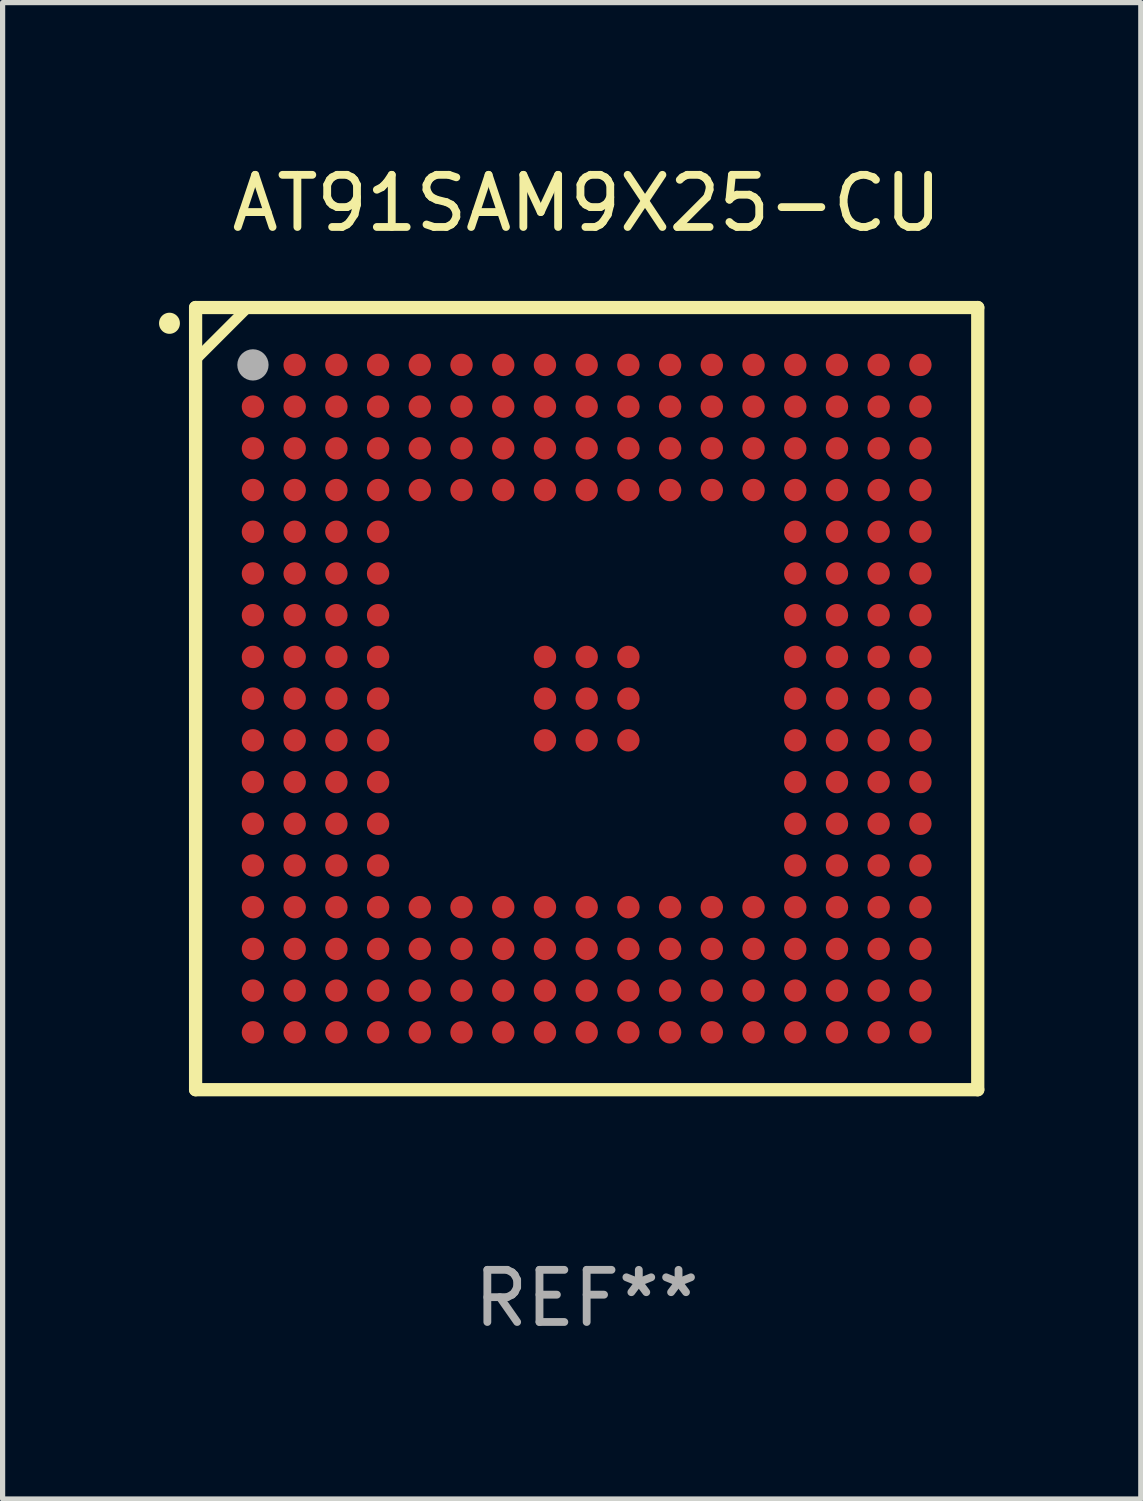
<source format=kicad_pcb>
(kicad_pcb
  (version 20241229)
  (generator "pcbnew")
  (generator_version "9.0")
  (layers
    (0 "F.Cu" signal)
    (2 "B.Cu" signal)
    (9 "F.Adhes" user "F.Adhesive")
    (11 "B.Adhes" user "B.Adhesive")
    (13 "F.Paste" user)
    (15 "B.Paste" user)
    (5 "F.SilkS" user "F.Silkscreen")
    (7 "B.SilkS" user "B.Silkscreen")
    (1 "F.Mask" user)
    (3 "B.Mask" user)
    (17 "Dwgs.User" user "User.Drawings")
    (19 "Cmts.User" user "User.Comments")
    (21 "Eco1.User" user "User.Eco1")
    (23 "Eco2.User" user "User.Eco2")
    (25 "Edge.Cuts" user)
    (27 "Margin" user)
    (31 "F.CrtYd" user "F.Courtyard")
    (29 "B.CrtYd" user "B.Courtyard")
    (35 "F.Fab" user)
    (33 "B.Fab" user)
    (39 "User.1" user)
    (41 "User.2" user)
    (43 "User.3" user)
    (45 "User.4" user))
  (footprint "AT91SAM9X25-CU"
    (layer "F.Cu")
    (at 8.201 10.348)
    (property "Reference" "AT91SAM9X25-CU" (at 0 -9.5 0) (layer "F.SilkS") (effects (font (size 1 1) (thickness 0.15))))
    (attr through_hole)
    (fp_line (start -7.5 -7.5) (end 7.5 -7.5) (stroke (width 0.254) (type solid)) (layer "F.SilkS"))
    (fp_line (start -7.5 -6.5) (end -6.5 -7.5) (stroke (width 0.2) (type solid)) (layer "F.SilkS"))
    (fp_line (start -7.5 7.5) (end -7.5 -7.5) (stroke (width 0.254) (type solid)) (layer "F.SilkS"))
    (fp_line (start 7.5 -7.5) (end 7.5 7.5) (stroke (width 0.254) (type solid)) (layer "F.SilkS"))
    (fp_line (start 7.5 7.5) (end -7.5 7.5) (stroke (width 0.254) (type solid)) (layer "F.SilkS"))
    (fp_arc (start -8.001016 -7.195847) (mid -8.001032 -7.198387) (end -8.001016 -7.200927) (stroke (width 0.4) (type solid)) (layer "F.SilkS"))
    (fp_circle (center -7.5 -7.5) (end -7.47 -7.5) (stroke (width 0.06) (type solid)) (fill no) (layer "F.SilkS"))
    (fp_circle (center -6.4 -6.4) (end -6.25 -6.4) (stroke (width 0.3) (type solid)) (fill no) (layer "F.Fab"))
    (fp_text user "REF**" (at 0 11.5 0) (layer "F.Fab") (effects (font (size 1 1) (thickness 0.15))))
    (pad "A1" smd circle (at -6.4 -6.4) (size 0.43 0.43) (layers "F.Cu" "F.Mask" "F.Paste"))
    (pad "A2" smd circle (at -5.6 -6.4) (size 0.43 0.43) (layers "F.Cu" "F.Mask" "F.Paste"))
    (pad "A3" smd circle (at -4.8 -6.4) (size 0.43 0.43) (layers "F.Cu" "F.Mask" "F.Paste"))
    (pad "A4" smd circle (at -4 -6.4) (size 0.43 0.43) (layers "F.Cu" "F.Mask" "F.Paste"))
    (pad "A5" smd circle (at -3.2 -6.4) (size 0.43 0.43) (layers "F.Cu" "F.Mask" "F.Paste"))
    (pad "A6" smd circle (at -2.4 -6.4) (size 0.43 0.43) (layers "F.Cu" "F.Mask" "F.Paste"))
    (pad "A7" smd circle (at -1.6 -6.4) (size 0.43 0.43) (layers "F.Cu" "F.Mask" "F.Paste"))
    (pad "A8" smd circle (at -0.8 -6.4) (size 0.43 0.43) (layers "F.Cu" "F.Mask" "F.Paste"))
    (pad "A9" smd circle (at 0 -6.4) (size 0.43 0.43) (layers "F.Cu" "F.Mask" "F.Paste"))
    (pad "A10" smd circle (at 0.8 -6.4) (size 0.43 0.43) (layers "F.Cu" "F.Mask" "F.Paste"))
    (pad "A11" smd circle (at 1.6 -6.4) (size 0.43 0.43) (layers "F.Cu" "F.Mask" "F.Paste"))
    (pad "A12" smd circle (at 2.4 -6.4) (size 0.43 0.43) (layers "F.Cu" "F.Mask" "F.Paste"))
    (pad "A13" smd circle (at 3.2 -6.4) (size 0.43 0.43) (layers "F.Cu" "F.Mask" "F.Paste"))
    (pad "A14" smd circle (at 4 -6.4) (size 0.43 0.43) (layers "F.Cu" "F.Mask" "F.Paste"))
    (pad "A15" smd circle (at 4.8 -6.4) (size 0.43 0.43) (layers "F.Cu" "F.Mask" "F.Paste"))
    (pad "A16" smd circle (at 5.6 -6.4) (size 0.43 0.43) (layers "F.Cu" "F.Mask" "F.Paste"))
    (pad "A17" smd circle (at 6.4 -6.4) (size 0.43 0.43) (layers "F.Cu" "F.Mask" "F.Paste"))
    (pad "B1" smd circle (at -6.4 -5.6) (size 0.43 0.43) (layers "F.Cu" "F.Mask" "F.Paste"))
    (pad "B2" smd circle (at -5.6 -5.6) (size 0.43 0.43) (layers "F.Cu" "F.Mask" "F.Paste"))
    (pad "B3" smd circle (at -4.8 -5.6) (size 0.43 0.43) (layers "F.Cu" "F.Mask" "F.Paste"))
    (pad "B4" smd circle (at -4 -5.6) (size 0.43 0.43) (layers "F.Cu" "F.Mask" "F.Paste"))
    (pad "B5" smd circle (at -3.2 -5.6) (size 0.43 0.43) (layers "F.Cu" "F.Mask" "F.Paste"))
    (pad "B6" smd circle (at -2.4 -5.6) (size 0.43 0.43) (layers "F.Cu" "F.Mask" "F.Paste"))
    (pad "B7" smd circle (at -1.6 -5.6) (size 0.43 0.43) (layers "F.Cu" "F.Mask" "F.Paste"))
    (pad "B8" smd circle (at -0.8 -5.6) (size 0.43 0.43) (layers "F.Cu" "F.Mask" "F.Paste"))
    (pad "B9" smd circle (at 0 -5.6) (size 0.43 0.43) (layers "F.Cu" "F.Mask" "F.Paste"))
    (pad "B10" smd circle (at 0.8 -5.6) (size 0.43 0.43) (layers "F.Cu" "F.Mask" "F.Paste"))
    (pad "B11" smd circle (at 1.6 -5.6) (size 0.43 0.43) (layers "F.Cu" "F.Mask" "F.Paste"))
    (pad "B12" smd circle (at 2.4 -5.6) (size 0.43 0.43) (layers "F.Cu" "F.Mask" "F.Paste"))
    (pad "B13" smd circle (at 3.2 -5.6) (size 0.43 0.43) (layers "F.Cu" "F.Mask" "F.Paste"))
    (pad "B14" smd circle (at 4 -5.6) (size 0.43 0.43) (layers "F.Cu" "F.Mask" "F.Paste"))
    (pad "B15" smd circle (at 4.8 -5.6) (size 0.43 0.43) (layers "F.Cu" "F.Mask" "F.Paste"))
    (pad "B16" smd circle (at 5.6 -5.6) (size 0.43 0.43) (layers "F.Cu" "F.Mask" "F.Paste"))
    (pad "B17" smd circle (at 6.4 -5.6) (size 0.43 0.43) (layers "F.Cu" "F.Mask" "F.Paste"))
    (pad "C1" smd circle (at -6.4 -4.8) (size 0.43 0.43) (layers "F.Cu" "F.Mask" "F.Paste"))
    (pad "C2" smd circle (at -5.6 -4.8) (size 0.43 0.43) (layers "F.Cu" "F.Mask" "F.Paste"))
    (pad "C3" smd circle (at -4.8 -4.8) (size 0.43 0.43) (layers "F.Cu" "F.Mask" "F.Paste"))
    (pad "C4" smd circle (at -4 -4.8) (size 0.43 0.43) (layers "F.Cu" "F.Mask" "F.Paste"))
    (pad "C5" smd circle (at -3.2 -4.8) (size 0.43 0.43) (layers "F.Cu" "F.Mask" "F.Paste"))
    (pad "C6" smd circle (at -2.4 -4.8) (size 0.43 0.43) (layers "F.Cu" "F.Mask" "F.Paste"))
    (pad "C7" smd circle (at -1.6 -4.8) (size 0.43 0.43) (layers "F.Cu" "F.Mask" "F.Paste"))
    (pad "C8" smd circle (at -0.8 -4.8) (size 0.43 0.43) (layers "F.Cu" "F.Mask" "F.Paste"))
    (pad "C9" smd circle (at 0 -4.8) (size 0.43 0.43) (layers "F.Cu" "F.Mask" "F.Paste"))
    (pad "C10" smd circle (at 0.8 -4.8) (size 0.43 0.43) (layers "F.Cu" "F.Mask" "F.Paste"))
    (pad "C11" smd circle (at 1.6 -4.8) (size 0.43 0.43) (layers "F.Cu" "F.Mask" "F.Paste"))
    (pad "C12" smd circle (at 2.4 -4.8) (size 0.43 0.43) (layers "F.Cu" "F.Mask" "F.Paste"))
    (pad "C13" smd circle (at 3.2 -4.8) (size 0.43 0.43) (layers "F.Cu" "F.Mask" "F.Paste"))
    (pad "C14" smd circle (at 4 -4.8) (size 0.43 0.43) (layers "F.Cu" "F.Mask" "F.Paste"))
    (pad "C15" smd circle (at 4.8 -4.8) (size 0.43 0.43) (layers "F.Cu" "F.Mask" "F.Paste"))
    (pad "C16" smd circle (at 5.6 -4.8) (size 0.43 0.43) (layers "F.Cu" "F.Mask" "F.Paste"))
    (pad "C17" smd circle (at 6.4 -4.8) (size 0.43 0.43) (layers "F.Cu" "F.Mask" "F.Paste"))
    (pad "D1" smd circle (at -6.4 -4) (size 0.43 0.43) (layers "F.Cu" "F.Mask" "F.Paste"))
    (pad "D2" smd circle (at -5.6 -4) (size 0.43 0.43) (layers "F.Cu" "F.Mask" "F.Paste"))
    (pad "D3" smd circle (at -4.8 -4) (size 0.43 0.43) (layers "F.Cu" "F.Mask" "F.Paste"))
    (pad "D4" smd circle (at -4 -4) (size 0.43 0.43) (layers "F.Cu" "F.Mask" "F.Paste"))
    (pad "D5" smd circle (at -3.2 -4) (size 0.43 0.43) (layers "F.Cu" "F.Mask" "F.Paste"))
    (pad "D6" smd circle (at -2.4 -4) (size 0.43 0.43) (layers "F.Cu" "F.Mask" "F.Paste"))
    (pad "D7" smd circle (at -1.6 -4) (size 0.43 0.43) (layers "F.Cu" "F.Mask" "F.Paste"))
    (pad "D8" smd circle (at -0.8 -4) (size 0.43 0.43) (layers "F.Cu" "F.Mask" "F.Paste"))
    (pad "D9" smd circle (at 0 -4) (size 0.43 0.43) (layers "F.Cu" "F.Mask" "F.Paste"))
    (pad "D10" smd circle (at 0.8 -4) (size 0.43 0.43) (layers "F.Cu" "F.Mask" "F.Paste"))
    (pad "D11" smd circle (at 1.6 -4) (size 0.43 0.43) (layers "F.Cu" "F.Mask" "F.Paste"))
    (pad "D12" smd circle (at 2.4 -4) (size 0.43 0.43) (layers "F.Cu" "F.Mask" "F.Paste"))
    (pad "D13" smd circle (at 3.2 -4) (size 0.43 0.43) (layers "F.Cu" "F.Mask" "F.Paste"))
    (pad "D14" smd circle (at 4 -4) (size 0.43 0.43) (layers "F.Cu" "F.Mask" "F.Paste"))
    (pad "D15" smd circle (at 4.8 -4) (size 0.43 0.43) (layers "F.Cu" "F.Mask" "F.Paste"))
    (pad "D16" smd circle (at 5.6 -4) (size 0.43 0.43) (layers "F.Cu" "F.Mask" "F.Paste"))
    (pad "D17" smd circle (at 6.4 -4) (size 0.43 0.43) (layers "F.Cu" "F.Mask" "F.Paste"))
    (pad "E1" smd circle (at -6.4 -3.2) (size 0.43 0.43) (layers "F.Cu" "F.Mask" "F.Paste"))
    (pad "E2" smd circle (at -5.6 -3.2) (size 0.43 0.43) (layers "F.Cu" "F.Mask" "F.Paste"))
    (pad "E3" smd circle (at -4.8 -3.2) (size 0.43 0.43) (layers "F.Cu" "F.Mask" "F.Paste"))
    (pad "E4" smd circle (at -4 -3.2) (size 0.43 0.43) (layers "F.Cu" "F.Mask" "F.Paste"))
    (pad "E14" smd circle (at 4 -3.2) (size 0.43 0.43) (layers "F.Cu" "F.Mask" "F.Paste"))
    (pad "E15" smd circle (at 4.8 -3.2) (size 0.43 0.43) (layers "F.Cu" "F.Mask" "F.Paste"))
    (pad "E16" smd circle (at 5.6 -3.2) (size 0.43 0.43) (layers "F.Cu" "F.Mask" "F.Paste"))
    (pad "E17" smd circle (at 6.4 -3.2) (size 0.43 0.43) (layers "F.Cu" "F.Mask" "F.Paste"))
    (pad "F1" smd circle (at -6.4 -2.4) (size 0.43 0.43) (layers "F.Cu" "F.Mask" "F.Paste"))
    (pad "F2" smd circle (at -5.6 -2.4) (size 0.43 0.43) (layers "F.Cu" "F.Mask" "F.Paste"))
    (pad "F3" smd circle (at -4.8 -2.4) (size 0.43 0.43) (layers "F.Cu" "F.Mask" "F.Paste"))
    (pad "F4" smd circle (at -4 -2.4) (size 0.43 0.43) (layers "F.Cu" "F.Mask" "F.Paste"))
    (pad "F14" smd circle (at 4 -2.4) (size 0.43 0.43) (layers "F.Cu" "F.Mask" "F.Paste"))
    (pad "F15" smd circle (at 4.8 -2.4) (size 0.43 0.43) (layers "F.Cu" "F.Mask" "F.Paste"))
    (pad "F16" smd circle (at 5.6 -2.4) (size 0.43 0.43) (layers "F.Cu" "F.Mask" "F.Paste"))
    (pad "F17" smd circle (at 6.4 -2.4) (size 0.43 0.43) (layers "F.Cu" "F.Mask" "F.Paste"))
    (pad "G1" smd circle (at -6.4 -1.6) (size 0.43 0.43) (layers "F.Cu" "F.Mask" "F.Paste"))
    (pad "G2" smd circle (at -5.6 -1.6) (size 0.43 0.43) (layers "F.Cu" "F.Mask" "F.Paste"))
    (pad "G3" smd circle (at -4.8 -1.6) (size 0.43 0.43) (layers "F.Cu" "F.Mask" "F.Paste"))
    (pad "G4" smd circle (at -4 -1.6) (size 0.43 0.43) (layers "F.Cu" "F.Mask" "F.Paste"))
    (pad "G14" smd circle (at 4 -1.6) (size 0.43 0.43) (layers "F.Cu" "F.Mask" "F.Paste"))
    (pad "G15" smd circle (at 4.8 -1.6) (size 0.43 0.43) (layers "F.Cu" "F.Mask" "F.Paste"))
    (pad "G16" smd circle (at 5.6 -1.6) (size 0.43 0.43) (layers "F.Cu" "F.Mask" "F.Paste"))
    (pad "G17" smd circle (at 6.4 -1.6) (size 0.43 0.43) (layers "F.Cu" "F.Mask" "F.Paste"))
    (pad "H1" smd circle (at -6.4 -0.8) (size 0.43 0.43) (layers "F.Cu" "F.Mask" "F.Paste"))
    (pad "H2" smd circle (at -5.6 -0.8) (size 0.43 0.43) (layers "F.Cu" "F.Mask" "F.Paste"))
    (pad "H3" smd circle (at -4.8 -0.8) (size 0.43 0.43) (layers "F.Cu" "F.Mask" "F.Paste"))
    (pad "H4" smd circle (at -4 -0.8) (size 0.43 0.43) (layers "F.Cu" "F.Mask" "F.Paste"))
    (pad "H8" smd circle (at -0.8 -0.8) (size 0.43 0.43) (layers "F.Cu" "F.Mask" "F.Paste"))
    (pad "H9" smd circle (at 0 -0.8) (size 0.43 0.43) (layers "F.Cu" "F.Mask" "F.Paste"))
    (pad "H10" smd circle (at 0.8 -0.8) (size 0.43 0.43) (layers "F.Cu" "F.Mask" "F.Paste"))
    (pad "H14" smd circle (at 4 -0.8) (size 0.43 0.43) (layers "F.Cu" "F.Mask" "F.Paste"))
    (pad "H15" smd circle (at 4.8 -0.8) (size 0.43 0.43) (layers "F.Cu" "F.Mask" "F.Paste"))
    (pad "H16" smd circle (at 5.6 -0.8) (size 0.43 0.43) (layers "F.Cu" "F.Mask" "F.Paste"))
    (pad "H17" smd circle (at 6.4 -0.8) (size 0.43 0.43) (layers "F.Cu" "F.Mask" "F.Paste"))
    (pad "J1" smd circle (at -6.4 -0.000013) (size 0.43 0.43) (layers "F.Cu" "F.Mask" "F.Paste"))
    (pad "J2" smd circle (at -5.6 -0.000013) (size 0.43 0.43) (layers "F.Cu" "F.Mask" "F.Paste"))
    (pad "J3" smd circle (at -4.8 -0.000013) (size 0.43 0.43) (layers "F.Cu" "F.Mask" "F.Paste"))
    (pad "J4" smd circle (at -4 -0.000013) (size 0.43 0.43) (layers "F.Cu" "F.Mask" "F.Paste"))
    (pad "J8" smd circle (at -0.8 -0.000013) (size 0.43 0.43) (layers "F.Cu" "F.Mask" "F.Paste"))
    (pad "J9" smd circle (at 0 -0.000013) (size 0.43 0.43) (layers "F.Cu" "F.Mask" "F.Paste"))
    (pad "J10" smd circle (at 0.8 -0.000013) (size 0.43 0.43) (layers "F.Cu" "F.Mask" "F.Paste"))
    (pad "J14" smd circle (at 4 -0.000013) (size 0.43 0.43) (layers "F.Cu" "F.Mask" "F.Paste"))
    (pad "J15" smd circle (at 4.8 -0.000013) (size 0.43 0.43) (layers "F.Cu" "F.Mask" "F.Paste"))
    (pad "J16" smd circle (at 5.6 -0.000013) (size 0.43 0.43) (layers "F.Cu" "F.Mask" "F.Paste"))
    (pad "J17" smd circle (at 6.4 -0.000013) (size 0.43 0.43) (layers "F.Cu" "F.Mask" "F.Paste"))
    (pad "K1" smd circle (at -6.4 0.8) (size 0.43 0.43) (layers "F.Cu" "F.Mask" "F.Paste"))
    (pad "K2" smd circle (at -5.6 0.8) (size 0.43 0.43) (layers "F.Cu" "F.Mask" "F.Paste"))
    (pad "K3" smd circle (at -4.8 0.8) (size 0.43 0.43) (layers "F.Cu" "F.Mask" "F.Paste"))
    (pad "K4" smd circle (at -4 0.8) (size 0.43 0.43) (layers "F.Cu" "F.Mask" "F.Paste"))
    (pad "K8" smd circle (at -0.8 0.8) (size 0.43 0.43) (layers "F.Cu" "F.Mask" "F.Paste"))
    (pad "K9" smd circle (at 0 0.8) (size 0.43 0.43) (layers "F.Cu" "F.Mask" "F.Paste"))
    (pad "K10" smd circle (at 0.8 0.8) (size 0.43 0.43) (layers "F.Cu" "F.Mask" "F.Paste"))
    (pad "K14" smd circle (at 4 0.8) (size 0.43 0.43) (layers "F.Cu" "F.Mask" "F.Paste"))
    (pad "K15" smd circle (at 4.8 0.8) (size 0.43 0.43) (layers "F.Cu" "F.Mask" "F.Paste"))
    (pad "K16" smd circle (at 5.6 0.8) (size 0.43 0.43) (layers "F.Cu" "F.Mask" "F.Paste"))
    (pad "K17" smd circle (at 6.4 0.8) (size 0.43 0.43) (layers "F.Cu" "F.Mask" "F.Paste"))
    (pad "L1" smd circle (at -6.4 1.6) (size 0.43 0.43) (layers "F.Cu" "F.Mask" "F.Paste"))
    (pad "L2" smd circle (at -5.6 1.6) (size 0.43 0.43) (layers "F.Cu" "F.Mask" "F.Paste"))
    (pad "L3" smd circle (at -4.8 1.6) (size 0.43 0.43) (layers "F.Cu" "F.Mask" "F.Paste"))
    (pad "L4" smd circle (at -4 1.6) (size 0.43 0.43) (layers "F.Cu" "F.Mask" "F.Paste"))
    (pad "L14" smd circle (at 4 1.6) (size 0.43 0.43) (layers "F.Cu" "F.Mask" "F.Paste"))
    (pad "L15" smd circle (at 4.8 1.6) (size 0.43 0.43) (layers "F.Cu" "F.Mask" "F.Paste"))
    (pad "L16" smd circle (at 5.6 1.6) (size 0.43 0.43) (layers "F.Cu" "F.Mask" "F.Paste"))
    (pad "L17" smd circle (at 6.4 1.6) (size 0.43 0.43) (layers "F.Cu" "F.Mask" "F.Paste"))
    (pad "M1" smd circle (at -6.4 2.4) (size 0.43 0.43) (layers "F.Cu" "F.Mask" "F.Paste"))
    (pad "M2" smd circle (at -5.6 2.4) (size 0.43 0.43) (layers "F.Cu" "F.Mask" "F.Paste"))
    (pad "M3" smd circle (at -4.8 2.4) (size 0.43 0.43) (layers "F.Cu" "F.Mask" "F.Paste"))
    (pad "M4" smd circle (at -4 2.4) (size 0.43 0.43) (layers "F.Cu" "F.Mask" "F.Paste"))
    (pad "M14" smd circle (at 4 2.4) (size 0.43 0.43) (layers "F.Cu" "F.Mask" "F.Paste"))
    (pad "M15" smd circle (at 4.8 2.4) (size 0.43 0.43) (layers "F.Cu" "F.Mask" "F.Paste"))
    (pad "M16" smd circle (at 5.6 2.4) (size 0.43 0.43) (layers "F.Cu" "F.Mask" "F.Paste"))
    (pad "M17" smd circle (at 6.4 2.4) (size 0.43 0.43) (layers "F.Cu" "F.Mask" "F.Paste"))
    (pad "N1" smd circle (at -6.4 3.2) (size 0.43 0.43) (layers "F.Cu" "F.Mask" "F.Paste"))
    (pad "N2" smd circle (at -5.6 3.2) (size 0.43 0.43) (layers "F.Cu" "F.Mask" "F.Paste"))
    (pad "N3" smd circle (at -4.8 3.2) (size 0.43 0.43) (layers "F.Cu" "F.Mask" "F.Paste"))
    (pad "N4" smd circle (at -4 3.2) (size 0.43 0.43) (layers "F.Cu" "F.Mask" "F.Paste"))
    (pad "N14" smd circle (at 4 3.2) (size 0.43 0.43) (layers "F.Cu" "F.Mask" "F.Paste"))
    (pad "N15" smd circle (at 4.8 3.2) (size 0.43 0.43) (layers "F.Cu" "F.Mask" "F.Paste"))
    (pad "N16" smd circle (at 5.6 3.2) (size 0.43 0.43) (layers "F.Cu" "F.Mask" "F.Paste"))
    (pad "N17" smd circle (at 6.4 3.2) (size 0.43 0.43) (layers "F.Cu" "F.Mask" "F.Paste"))
    (pad "P1" smd circle (at -6.4 4) (size 0.43 0.43) (layers "F.Cu" "F.Mask" "F.Paste"))
    (pad "P2" smd circle (at -5.6 4) (size 0.43 0.43) (layers "F.Cu" "F.Mask" "F.Paste"))
    (pad "P3" smd circle (at -4.8 4) (size 0.43 0.43) (layers "F.Cu" "F.Mask" "F.Paste"))
    (pad "P4" smd circle (at -4 4) (size 0.43 0.43) (layers "F.Cu" "F.Mask" "F.Paste"))
    (pad "P5" smd circle (at -3.2 4) (size 0.43 0.43) (layers "F.Cu" "F.Mask" "F.Paste"))
    (pad "P6" smd circle (at -2.4 4) (size 0.43 0.43) (layers "F.Cu" "F.Mask" "F.Paste"))
    (pad "P7" smd circle (at -1.6 4) (size 0.43 0.43) (layers "F.Cu" "F.Mask" "F.Paste"))
    (pad "P8" smd circle (at -0.8 4) (size 0.43 0.43) (layers "F.Cu" "F.Mask" "F.Paste"))
    (pad "P9" smd circle (at 0 4) (size 0.43 0.43) (layers "F.Cu" "F.Mask" "F.Paste"))
    (pad "P10" smd circle (at 0.8 4) (size 0.43 0.43) (layers "F.Cu" "F.Mask" "F.Paste"))
    (pad "P11" smd circle (at 1.6 4) (size 0.43 0.43) (layers "F.Cu" "F.Mask" "F.Paste"))
    (pad "P12" smd circle (at 2.4 4) (size 0.43 0.43) (layers "F.Cu" "F.Mask" "F.Paste"))
    (pad "P13" smd circle (at 3.2 4) (size 0.43 0.43) (layers "F.Cu" "F.Mask" "F.Paste"))
    (pad "P14" smd circle (at 4 4) (size 0.43 0.43) (layers "F.Cu" "F.Mask" "F.Paste"))
    (pad "P15" smd circle (at 4.8 4) (size 0.43 0.43) (layers "F.Cu" "F.Mask" "F.Paste"))
    (pad "P16" smd circle (at 5.6 4) (size 0.43 0.43) (layers "F.Cu" "F.Mask" "F.Paste"))
    (pad "P17" smd circle (at 6.4 4) (size 0.43 0.43) (layers "F.Cu" "F.Mask" "F.Paste"))
    (pad "R1" smd circle (at -6.4 4.8) (size 0.43 0.43) (layers "F.Cu" "F.Mask" "F.Paste"))
    (pad "R2" smd circle (at -5.6 4.8) (size 0.43 0.43) (layers "F.Cu" "F.Mask" "F.Paste"))
    (pad "R3" smd circle (at -4.8 4.8) (size 0.43 0.43) (layers "F.Cu" "F.Mask" "F.Paste"))
    (pad "R4" smd circle (at -4 4.8) (size 0.43 0.43) (layers "F.Cu" "F.Mask" "F.Paste"))
    (pad "R5" smd circle (at -3.2 4.8) (size 0.43 0.43) (layers "F.Cu" "F.Mask" "F.Paste"))
    (pad "R6" smd circle (at -2.4 4.8) (size 0.43 0.43) (layers "F.Cu" "F.Mask" "F.Paste"))
    (pad "R7" smd circle (at -1.6 4.8) (size 0.43 0.43) (layers "F.Cu" "F.Mask" "F.Paste"))
    (pad "R8" smd circle (at -0.8 4.8) (size 0.43 0.43) (layers "F.Cu" "F.Mask" "F.Paste"))
    (pad "R9" smd circle (at 0 4.8) (size 0.43 0.43) (layers "F.Cu" "F.Mask" "F.Paste"))
    (pad "R10" smd circle (at 0.8 4.8) (size 0.43 0.43) (layers "F.Cu" "F.Mask" "F.Paste"))
    (pad "R11" smd circle (at 1.6 4.8) (size 0.43 0.43) (layers "F.Cu" "F.Mask" "F.Paste"))
    (pad "R12" smd circle (at 2.4 4.8) (size 0.43 0.43) (layers "F.Cu" "F.Mask" "F.Paste"))
    (pad "R13" smd circle (at 3.2 4.8) (size 0.43 0.43) (layers "F.Cu" "F.Mask" "F.Paste"))
    (pad "R14" smd circle (at 4 4.8) (size 0.43 0.43) (layers "F.Cu" "F.Mask" "F.Paste"))
    (pad "R15" smd circle (at 4.8 4.8) (size 0.43 0.43) (layers "F.Cu" "F.Mask" "F.Paste"))
    (pad "R16" smd circle (at 5.6 4.8) (size 0.43 0.43) (layers "F.Cu" "F.Mask" "F.Paste"))
    (pad "R17" smd circle (at 6.4 4.8) (size 0.43 0.43) (layers "F.Cu" "F.Mask" "F.Paste"))
    (pad "T1" smd circle (at -6.4 5.6) (size 0.43 0.43) (layers "F.Cu" "F.Mask" "F.Paste"))
    (pad "T2" smd circle (at -5.6 5.6) (size 0.43 0.43) (layers "F.Cu" "F.Mask" "F.Paste"))
    (pad "T3" smd circle (at -4.8 5.6) (size 0.43 0.43) (layers "F.Cu" "F.Mask" "F.Paste"))
    (pad "T4" smd circle (at -4 5.6) (size 0.43 0.43) (layers "F.Cu" "F.Mask" "F.Paste"))
    (pad "T5" smd circle (at -3.2 5.6) (size 0.43 0.43) (layers "F.Cu" "F.Mask" "F.Paste"))
    (pad "T6" smd circle (at -2.4 5.6) (size 0.43 0.43) (layers "F.Cu" "F.Mask" "F.Paste"))
    (pad "T7" smd circle (at -1.6 5.6) (size 0.43 0.43) (layers "F.Cu" "F.Mask" "F.Paste"))
    (pad "T8" smd circle (at -0.8 5.6) (size 0.43 0.43) (layers "F.Cu" "F.Mask" "F.Paste"))
    (pad "T9" smd circle (at 0 5.6) (size 0.43 0.43) (layers "F.Cu" "F.Mask" "F.Paste"))
    (pad "T10" smd circle (at 0.8 5.6) (size 0.43 0.43) (layers "F.Cu" "F.Mask" "F.Paste"))
    (pad "T11" smd circle (at 1.6 5.6) (size 0.43 0.43) (layers "F.Cu" "F.Mask" "F.Paste"))
    (pad "T12" smd circle (at 2.4 5.6) (size 0.43 0.43) (layers "F.Cu" "F.Mask" "F.Paste"))
    (pad "T13" smd circle (at 3.2 5.6) (size 0.43 0.43) (layers "F.Cu" "F.Mask" "F.Paste"))
    (pad "T14" smd circle (at 4 5.6) (size 0.43 0.43) (layers "F.Cu" "F.Mask" "F.Paste"))
    (pad "T15" smd circle (at 4.8 5.6) (size 0.43 0.43) (layers "F.Cu" "F.Mask" "F.Paste"))
    (pad "T16" smd circle (at 5.6 5.6) (size 0.43 0.43) (layers "F.Cu" "F.Mask" "F.Paste"))
    (pad "T17" smd circle (at 6.4 5.6) (size 0.43 0.43) (layers "F.Cu" "F.Mask" "F.Paste"))
    (pad "U1" smd circle (at -6.4 6.4) (size 0.43 0.43) (layers "F.Cu" "F.Mask" "F.Paste"))
    (pad "U2" smd circle (at -5.6 6.4) (size 0.43 0.43) (layers "F.Cu" "F.Mask" "F.Paste"))
    (pad "U3" smd circle (at -4.8 6.4) (size 0.43 0.43) (layers "F.Cu" "F.Mask" "F.Paste"))
    (pad "U4" smd circle (at -4 6.4) (size 0.43 0.43) (layers "F.Cu" "F.Mask" "F.Paste"))
    (pad "U5" smd circle (at -3.2 6.4) (size 0.43 0.43) (layers "F.Cu" "F.Mask" "F.Paste"))
    (pad "U6" smd circle (at -2.4 6.4) (size 0.43 0.43) (layers "F.Cu" "F.Mask" "F.Paste"))
    (pad "U7" smd circle (at -1.6 6.4) (size 0.43 0.43) (layers "F.Cu" "F.Mask" "F.Paste"))
    (pad "U8" smd circle (at -0.8 6.4) (size 0.43 0.43) (layers "F.Cu" "F.Mask" "F.Paste"))
    (pad "U9" smd circle (at 0 6.4) (size 0.43 0.43) (layers "F.Cu" "F.Mask" "F.Paste"))
    (pad "U10" smd circle (at 0.8 6.4) (size 0.43 0.43) (layers "F.Cu" "F.Mask" "F.Paste"))
    (pad "U11" smd circle (at 1.6 6.4) (size 0.43 0.43) (layers "F.Cu" "F.Mask" "F.Paste"))
    (pad "U12" smd circle (at 2.4 6.4) (size 0.43 0.43) (layers "F.Cu" "F.Mask" "F.Paste"))
    (pad "U13" smd circle (at 3.2 6.4) (size 0.43 0.43) (layers "F.Cu" "F.Mask" "F.Paste"))
    (pad "U14" smd circle (at 4 6.4) (size 0.43 0.43) (layers "F.Cu" "F.Mask" "F.Paste"))
    (pad "U15" smd circle (at 4.8 6.4) (size 0.43 0.43) (layers "F.Cu" "F.Mask" "F.Paste"))
    (pad "U16" smd circle (at 5.6 6.4) (size 0.43 0.43) (layers "F.Cu" "F.Mask" "F.Paste"))
    (pad "U17" smd circle (at 6.4 6.4) (size 0.43 0.43) (layers "F.Cu" "F.Mask" "F.Paste")))
  (gr_rect
    (start -3 -3)
    (end 18.828 25.697)
    (stroke (width 0.1) (type default))
    (fill no)
    (layer "Edge.Cuts")))
</source>
